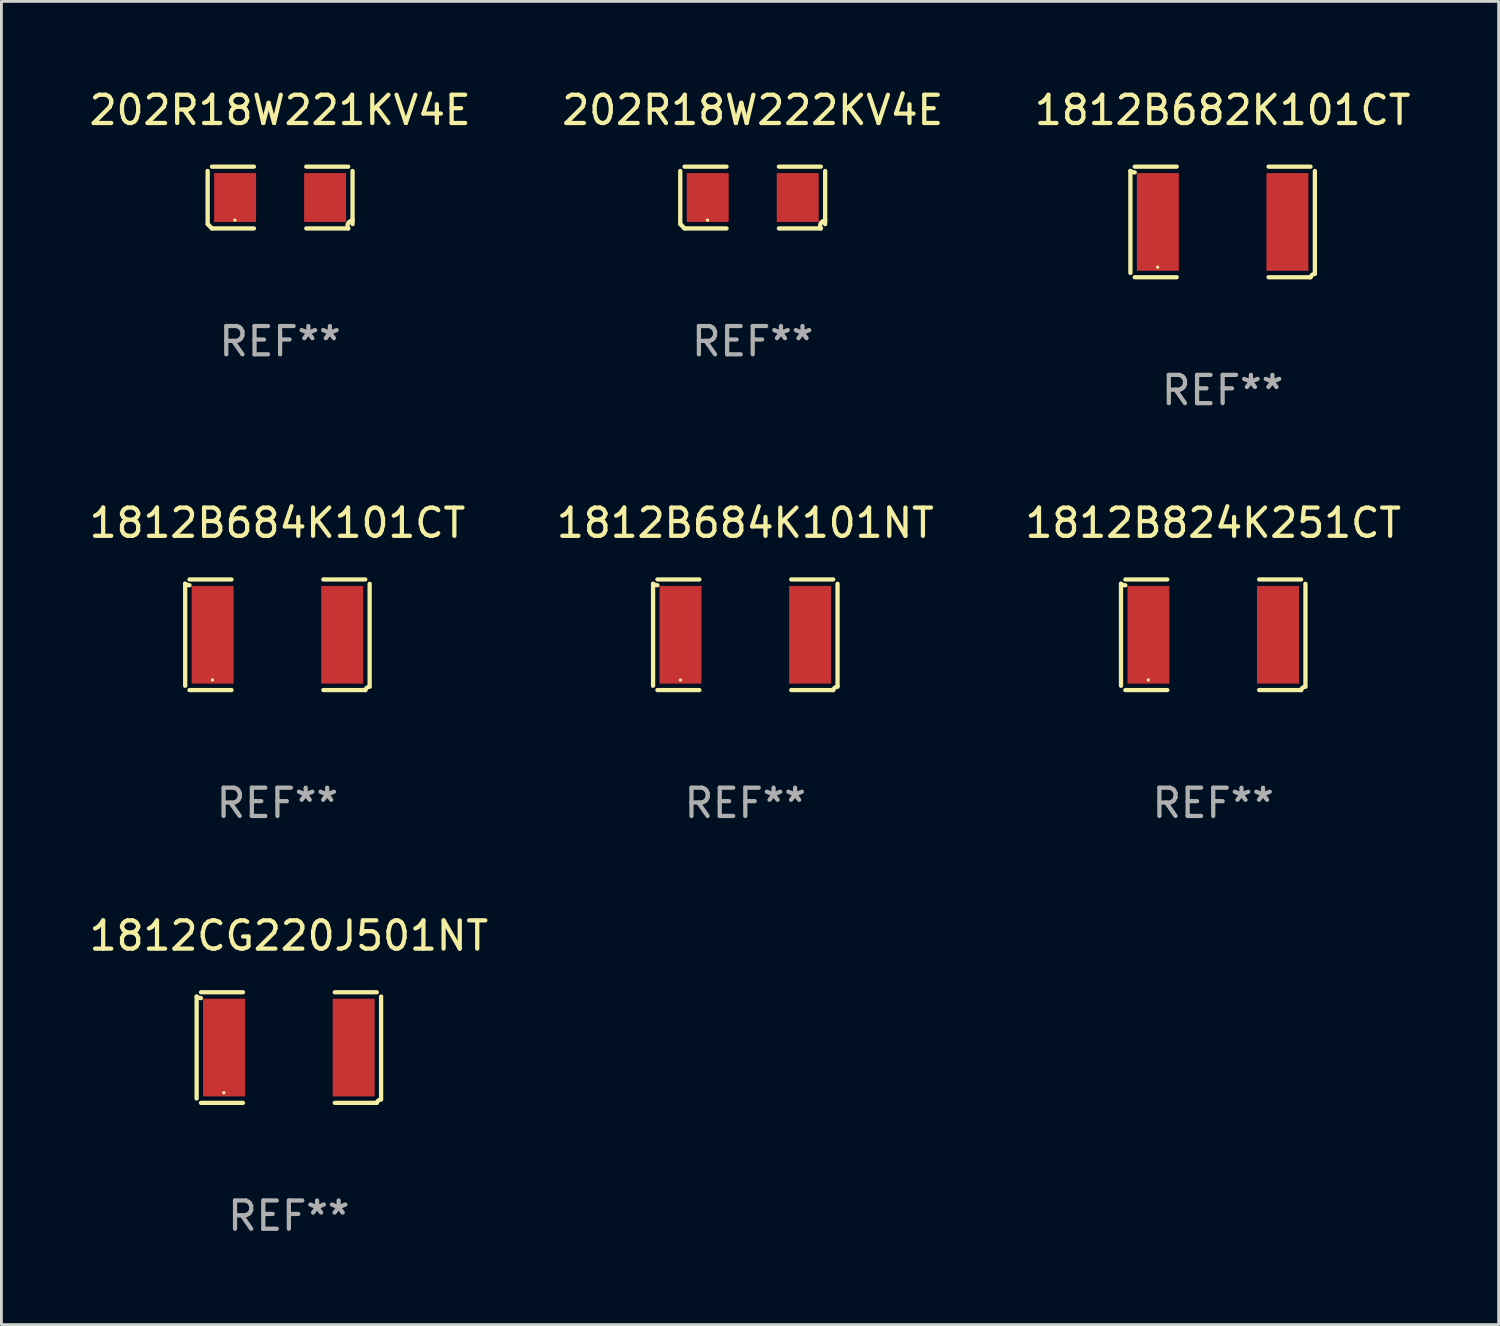
<source format=kicad_pcb>
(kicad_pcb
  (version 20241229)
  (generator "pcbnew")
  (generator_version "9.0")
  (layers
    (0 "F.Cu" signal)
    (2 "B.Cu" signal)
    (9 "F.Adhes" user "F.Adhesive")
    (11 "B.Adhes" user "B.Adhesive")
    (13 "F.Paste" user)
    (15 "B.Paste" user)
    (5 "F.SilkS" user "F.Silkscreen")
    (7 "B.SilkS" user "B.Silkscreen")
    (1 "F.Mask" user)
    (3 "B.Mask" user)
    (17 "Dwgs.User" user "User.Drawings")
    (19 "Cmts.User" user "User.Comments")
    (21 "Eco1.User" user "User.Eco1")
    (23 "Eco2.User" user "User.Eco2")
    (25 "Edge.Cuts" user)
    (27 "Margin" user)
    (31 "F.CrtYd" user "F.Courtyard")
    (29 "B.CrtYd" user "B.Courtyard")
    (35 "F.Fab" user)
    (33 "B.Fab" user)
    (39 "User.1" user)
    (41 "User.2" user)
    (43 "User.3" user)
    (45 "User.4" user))
  (footprint "1812B684K101NT"
    (layer "F.Cu")
    (at 23.327 19.415)
    (property "Reference" "1812B684K101NT" (at 0 -3.957 0) (layer "F.SilkS") (effects (font (size 1 1) (thickness 0.15))))
    (attr through_hole)
    (fp_line (start -3.264 1.804) (end -3.264 -1.804) (stroke (width 0.152) (type solid)) (layer "F.SilkS"))
    (fp_line (start -3.111 -1.957) (end -1.626 -1.957) (stroke (width 0.152) (type solid)) (layer "F.SilkS"))
    (fp_line (start -1.626 1.957) (end -3.111 1.957) (stroke (width 0.152) (type solid)) (layer "F.SilkS"))
    (fp_line (start 1.626 1.957) (end 3.111 1.957) (stroke (width 0.152) (type solid)) (layer "F.SilkS"))
    (fp_line (start 3.111 -1.957) (end 1.626 -1.957) (stroke (width 0.152) (type solid)) (layer "F.SilkS"))
    (fp_line (start 3.264 1.804) (end 3.264 -1.804) (stroke (width 0.152) (type solid)) (layer "F.SilkS"))
    (fp_arc (start -3.111202 -1.752192) (mid -3.191715 -1.76555) (end -3.263602 -1.804191) (stroke (width 0.1524) (type solid)) (layer "F.SilkS"))
    (fp_arc (start 3.111201 1.956591) (mid 3.167789 1.872777) (end 3.263602 1.840424) (stroke (width 0.1524) (type solid)) (layer "F.SilkS"))
    (fp_circle (center -2.3 1.6) (end -2.27 1.6) (stroke (width 0.06) (type solid)) (fill no) (layer "F.SilkS"))
    (fp_text user "REF**" (at 0 5.957 0) (layer "F.Fab") (effects (font (size 1 1) (thickness 0.15))))
    (pad "1" smd rect (at -2.293 0) (size 1.485 3.456) (layers "F.Cu" "F.Mask" "F.Paste"))
    (pad "2" smd rect (at 2.293 0) (size 1.485 3.456) (layers "F.Cu" "F.Mask" "F.Paste")))
  (footprint "202R18W222KV4E"
    (layer "F.Cu")
    (at 23.589 3.941)
    (property "Reference" "202R18W222KV4E" (at 0 -3.093 0) (layer "F.SilkS") (effects (font (size 1 1) (thickness 0.15))))
    (attr through_hole)
    (fp_line (start -2.564 0.94) (end -2.564 -0.94) (stroke (width 0.152) (type solid)) (layer "F.SilkS"))
    (fp_line (start -2.411 -1.093) (end -0.926 -1.093) (stroke (width 0.152) (type solid)) (layer "F.SilkS"))
    (fp_line (start -0.926 1.093) (end -2.411 1.093) (stroke (width 0.152) (type solid)) (layer "F.SilkS"))
    (fp_line (start 0.926 1.093) (end 2.411 1.093) (stroke (width 0.152) (type solid)) (layer "F.SilkS"))
    (fp_line (start 2.411 -1.093) (end 0.926 -1.093) (stroke (width 0.152) (type solid)) (layer "F.SilkS"))
    (fp_line (start 2.564 0.94) (end 2.564 -0.94) (stroke (width 0.152) (type solid)) (layer "F.SilkS"))
    (fp_arc (start -2.411201 1.092609) (mid -2.487413 1.01642) (end -2.563602 0.940208) (stroke (width 0.1524) (type solid)) (layer "F.SilkS"))
    (fp_arc (start 2.411201 1.092609) (mid 2.407159 0.911226) (end 2.563602 0.819347) (stroke (width 0.1524) (type solid)) (layer "F.SilkS"))
    (fp_circle (center -1.6 0.8) (end -1.57 0.8) (stroke (width 0.06) (type solid)) (fill no) (layer "F.SilkS"))
    (fp_text user "REF**" (at 0 5.093 0) (layer "F.Fab") (effects (font (size 1 1) (thickness 0.15))))
    (pad "1" smd rect (at -1.593 0) (size 1.485 1.728) (layers "F.Cu" "F.Mask" "F.Paste"))
    (pad "2" smd rect (at 1.593 0) (size 1.485 1.728) (layers "F.Cu" "F.Mask" "F.Paste")))
  (footprint "1812B684K101CT"
    (layer "F.Cu")
    (at 6.768 19.415)
    (property "Reference" "1812B684K101CT" (at 0 -3.957 0) (layer "F.SilkS") (effects (font (size 1 1) (thickness 0.15))))
    (attr through_hole)
    (fp_line (start -3.264 1.804) (end -3.264 -1.804) (stroke (width 0.152) (type solid)) (layer "F.SilkS"))
    (fp_line (start -3.111 -1.957) (end -1.626 -1.957) (stroke (width 0.152) (type solid)) (layer "F.SilkS"))
    (fp_line (start -1.626 1.957) (end -3.111 1.957) (stroke (width 0.152) (type solid)) (layer "F.SilkS"))
    (fp_line (start 1.626 1.957) (end 3.111 1.957) (stroke (width 0.152) (type solid)) (layer "F.SilkS"))
    (fp_line (start 3.111 -1.957) (end 1.626 -1.957) (stroke (width 0.152) (type solid)) (layer "F.SilkS"))
    (fp_line (start 3.264 1.804) (end 3.264 -1.804) (stroke (width 0.152) (type solid)) (layer "F.SilkS"))
    (fp_arc (start -3.111202 -1.752192) (mid -3.191715 -1.76555) (end -3.263602 -1.804191) (stroke (width 0.1524) (type solid)) (layer "F.SilkS"))
    (fp_arc (start 3.111201 1.956591) (mid 3.167789 1.872777) (end 3.263602 1.840424) (stroke (width 0.1524) (type solid)) (layer "F.SilkS"))
    (fp_circle (center -2.3 1.6) (end -2.27 1.6) (stroke (width 0.06) (type solid)) (fill no) (layer "F.SilkS"))
    (fp_text user "REF**" (at 0 5.957 0) (layer "F.Fab") (effects (font (size 1 1) (thickness 0.15))))
    (pad "1" smd rect (at -2.293 0) (size 1.485 3.456) (layers "F.Cu" "F.Mask" "F.Paste"))
    (pad "2" smd rect (at 2.293 0) (size 1.485 3.456) (layers "F.Cu" "F.Mask" "F.Paste")))
  (footprint "202R18W221KV4E"
    (layer "F.Cu")
    (at 6.863 3.941)
    (property "Reference" "202R18W221KV4E" (at 0 -3.093 0) (layer "F.SilkS") (effects (font (size 1 1) (thickness 0.15))))
    (attr through_hole)
    (fp_line (start -2.564 0.94) (end -2.564 -0.94) (stroke (width 0.152) (type solid)) (layer "F.SilkS"))
    (fp_line (start -2.411 -1.093) (end -0.926 -1.093) (stroke (width 0.152) (type solid)) (layer "F.SilkS"))
    (fp_line (start -0.926 1.093) (end -2.411 1.093) (stroke (width 0.152) (type solid)) (layer "F.SilkS"))
    (fp_line (start 0.926 1.093) (end 2.411 1.093) (stroke (width 0.152) (type solid)) (layer "F.SilkS"))
    (fp_line (start 2.411 -1.093) (end 0.926 -1.093) (stroke (width 0.152) (type solid)) (layer "F.SilkS"))
    (fp_line (start 2.564 0.94) (end 2.564 -0.94) (stroke (width 0.152) (type solid)) (layer "F.SilkS"))
    (fp_arc (start -2.411201 1.092609) (mid -2.487413 1.01642) (end -2.563602 0.940208) (stroke (width 0.1524) (type solid)) (layer "F.SilkS"))
    (fp_arc (start 2.411201 1.092609) (mid 2.407159 0.911226) (end 2.563602 0.819347) (stroke (width 0.1524) (type solid)) (layer "F.SilkS"))
    (fp_circle (center -1.6 0.8) (end -1.57 0.8) (stroke (width 0.06) (type solid)) (fill no) (layer "F.SilkS"))
    (fp_text user "REF**" (at 0 5.093 0) (layer "F.Fab") (effects (font (size 1 1) (thickness 0.15))))
    (pad "1" smd rect (at -1.593 0) (size 1.485 1.728) (layers "F.Cu" "F.Mask" "F.Paste"))
    (pad "2" smd rect (at 1.593 0) (size 1.485 1.728) (layers "F.Cu" "F.Mask" "F.Paste")))
  (footprint "1812B824K251CT"
    (layer "F.Cu")
    (at 39.887 19.415)
    (property "Reference" "1812B824K251CT" (at 0 -3.957 0) (layer "F.SilkS") (effects (font (size 1 1) (thickness 0.15))))
    (attr through_hole)
    (fp_line (start -3.264 1.804) (end -3.264 -1.804) (stroke (width 0.152) (type solid)) (layer "F.SilkS"))
    (fp_line (start -3.111 -1.957) (end -1.626 -1.957) (stroke (width 0.152) (type solid)) (layer "F.SilkS"))
    (fp_line (start -1.626 1.957) (end -3.111 1.957) (stroke (width 0.152) (type solid)) (layer "F.SilkS"))
    (fp_line (start 1.626 1.957) (end 3.111 1.957) (stroke (width 0.152) (type solid)) (layer "F.SilkS"))
    (fp_line (start 3.111 -1.957) (end 1.626 -1.957) (stroke (width 0.152) (type solid)) (layer "F.SilkS"))
    (fp_line (start 3.264 1.804) (end 3.264 -1.804) (stroke (width 0.152) (type solid)) (layer "F.SilkS"))
    (fp_arc (start -3.111202 -1.752192) (mid -3.191715 -1.76555) (end -3.263602 -1.804191) (stroke (width 0.1524) (type solid)) (layer "F.SilkS"))
    (fp_arc (start 3.111201 1.956591) (mid 3.167789 1.872777) (end 3.263602 1.840424) (stroke (width 0.1524) (type solid)) (layer "F.SilkS"))
    (fp_circle (center -2.3 1.6) (end -2.27 1.6) (stroke (width 0.06) (type solid)) (fill no) (layer "F.SilkS"))
    (fp_text user "REF**" (at 0 5.957 0) (layer "F.Fab") (effects (font (size 1 1) (thickness 0.15))))
    (pad "1" smd rect (at -2.293 0) (size 1.485 3.456) (layers "F.Cu" "F.Mask" "F.Paste"))
    (pad "2" smd rect (at 2.293 0) (size 1.485 3.456) (layers "F.Cu" "F.Mask" "F.Paste")))
  (footprint "1812B682K101CT"
    (layer "F.Cu")
    (at 40.22 4.805)
    (property "Reference" "1812B682K101CT" (at 0 -3.957 0) (layer "F.SilkS") (effects (font (size 1 1) (thickness 0.15))))
    (attr through_hole)
    (fp_line (start -3.264 1.804) (end -3.264 -1.804) (stroke (width 0.152) (type solid)) (layer "F.SilkS"))
    (fp_line (start -3.111 -1.957) (end -1.626 -1.957) (stroke (width 0.152) (type solid)) (layer "F.SilkS"))
    (fp_line (start -1.626 1.957) (end -3.111 1.957) (stroke (width 0.152) (type solid)) (layer "F.SilkS"))
    (fp_line (start 1.626 1.957) (end 3.111 1.957) (stroke (width 0.152) (type solid)) (layer "F.SilkS"))
    (fp_line (start 3.111 -1.957) (end 1.626 -1.957) (stroke (width 0.152) (type solid)) (layer "F.SilkS"))
    (fp_line (start 3.264 1.804) (end 3.264 -1.804) (stroke (width 0.152) (type solid)) (layer "F.SilkS"))
    (fp_arc (start -3.111202 -1.752192) (mid -3.191715 -1.76555) (end -3.263602 -1.804191) (stroke (width 0.1524) (type solid)) (layer "F.SilkS"))
    (fp_arc (start 3.111201 1.956591) (mid 3.167789 1.872777) (end 3.263602 1.840424) (stroke (width 0.1524) (type solid)) (layer "F.SilkS"))
    (fp_circle (center -2.3 1.6) (end -2.27 1.6) (stroke (width 0.06) (type solid)) (fill no) (layer "F.SilkS"))
    (fp_text user "REF**" (at 0 5.957 0) (layer "F.Fab") (effects (font (size 1 1) (thickness 0.15))))
    (pad "1" smd rect (at -2.293 0) (size 1.485 3.456) (layers "F.Cu" "F.Mask" "F.Paste"))
    (pad "2" smd rect (at 2.293 0) (size 1.485 3.456) (layers "F.Cu" "F.Mask" "F.Paste")))
  (footprint "1812CG220J501NT"
    (layer "F.Cu")
    (at 7.173 34.024)
    (property "Reference" "1812CG220J501NT" (at 0 -3.957 0) (layer "F.SilkS") (effects (font (size 1 1) (thickness 0.15))))
    (attr through_hole)
    (fp_line (start -3.264 1.804) (end -3.264 -1.804) (stroke (width 0.152) (type solid)) (layer "F.SilkS"))
    (fp_line (start -3.111 -1.957) (end -1.626 -1.957) (stroke (width 0.152) (type solid)) (layer "F.SilkS"))
    (fp_line (start -1.626 1.957) (end -3.111 1.957) (stroke (width 0.152) (type solid)) (layer "F.SilkS"))
    (fp_line (start 1.626 1.957) (end 3.111 1.957) (stroke (width 0.152) (type solid)) (layer "F.SilkS"))
    (fp_line (start 3.111 -1.957) (end 1.626 -1.957) (stroke (width 0.152) (type solid)) (layer "F.SilkS"))
    (fp_line (start 3.264 1.804) (end 3.264 -1.804) (stroke (width 0.152) (type solid)) (layer "F.SilkS"))
    (fp_arc (start -3.111202 -1.752192) (mid -3.191715 -1.76555) (end -3.263602 -1.804191) (stroke (width 0.1524) (type solid)) (layer "F.SilkS"))
    (fp_arc (start 3.111201 1.956591) (mid 3.167789 1.872777) (end 3.263602 1.840424) (stroke (width 0.1524) (type solid)) (layer "F.SilkS"))
    (fp_circle (center -2.3 1.6) (end -2.27 1.6) (stroke (width 0.06) (type solid)) (fill no) (layer "F.SilkS"))
    (fp_text user "REF**" (at 0 5.957 0) (layer "F.Fab") (effects (font (size 1 1) (thickness 0.15))))
    (pad "1" smd rect (at -2.293 0) (size 1.485 3.456) (layers "F.Cu" "F.Mask" "F.Paste"))
    (pad "2" smd rect (at 2.293 0) (size 1.485 3.456) (layers "F.Cu" "F.Mask" "F.Paste")))
  (gr_rect
    (start -3 -3)
    (end 49.988 43.829)
    (stroke (width 0.1) (type default))
    (fill no)
    (layer "Edge.Cuts")))
</source>
